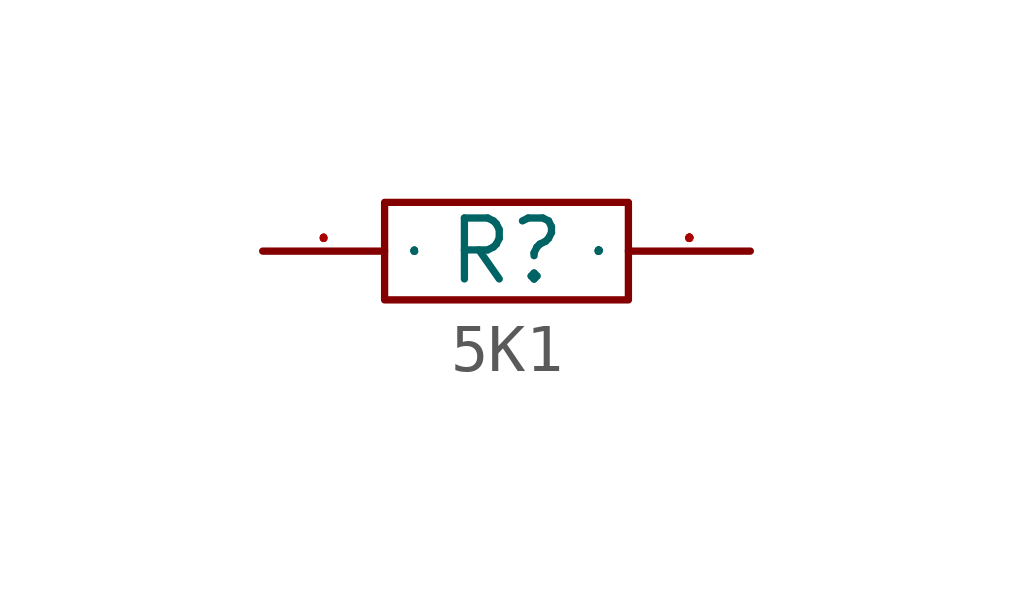
<source format=kicad_sym>
(kicad_symbol_lib
  (version 20231120)
  (generator "kicad_symbol_editor")
  (generator_version "8.0")
  (symbol "5K1"
    (property "Reference" "R"
      (at 0 0 0)
      (effects (font (size 1.27 1.27))))
    (property "Value" ""
      (at 0 0 0)
      (effects (font (size 1.27 1.27))))
    (symbol "5K1_1_0"
      (rectangle (start -2.54 -1.016) (end 2.54 1.016) (stroke (width 0) (type default)) (fill (type none)))
      (pin input line (at -5.08 0 0) (length 2.54) (name "1" (effects (font (size 0.025 0.025)))) (number "1" (effects (font (size 0.025 0.025)))))
      (pin input line (at 5.08 0 180) (length 2.54) (name "2" (effects (font (size 0.025 0.025)))) (number "2" (effects (font (size 0.025 0.025))))))))
</source>
